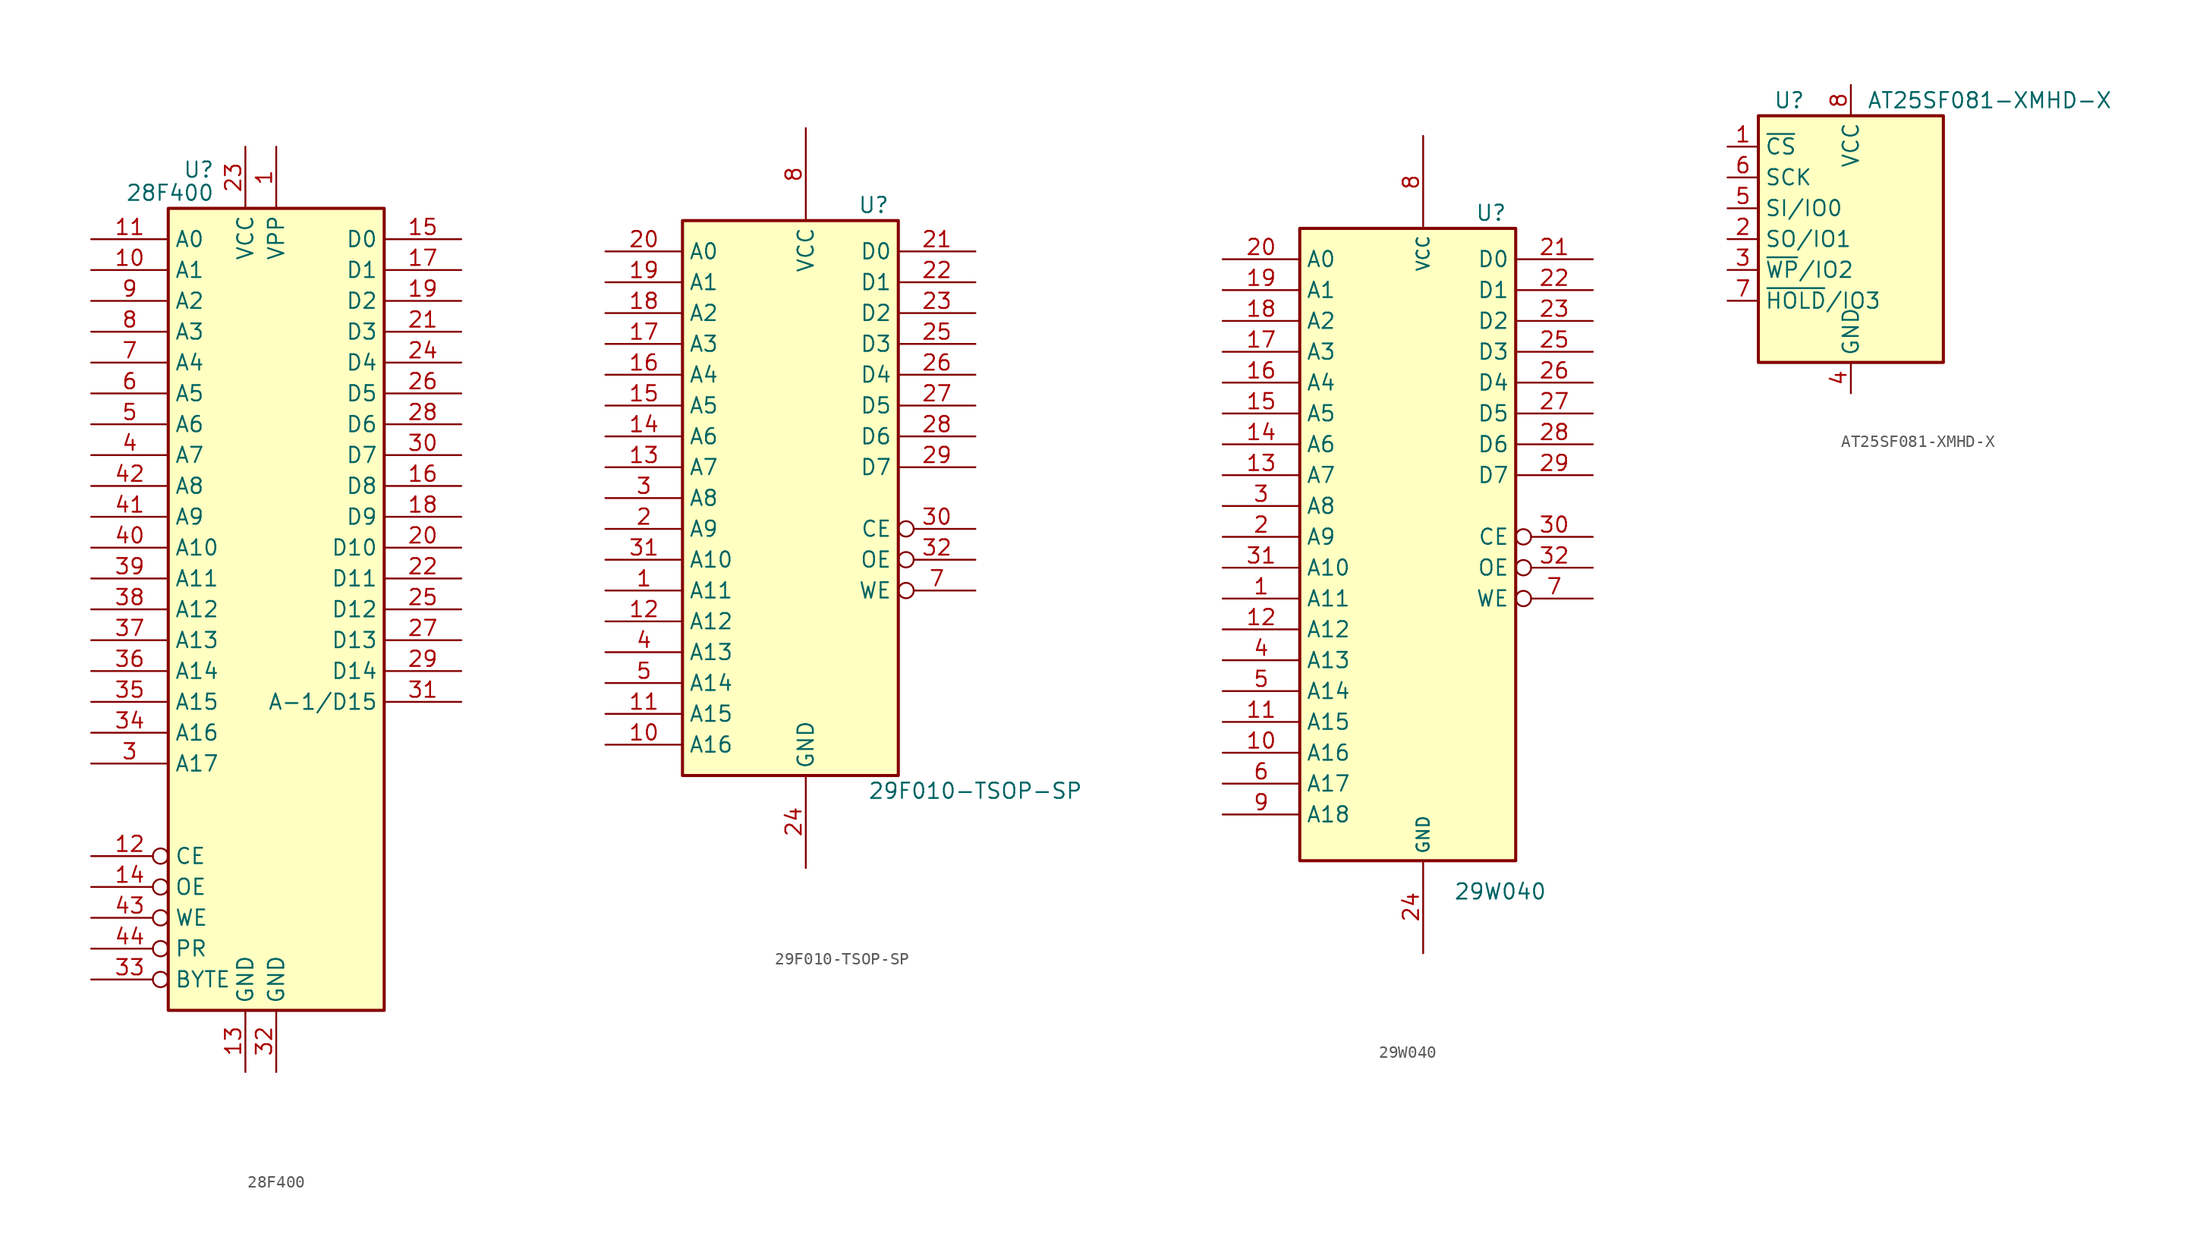
<source format=kicad_sym>
(kicad_symbol_lib
  (version 20241209)
  (generator "kicad_symbol_editor")
  (generator_version "9.0")
  (symbol "28F400"
    (property "Reference" "U"
      (at -5.08 36.195 0)
      (effects (font (size 1.27 1.27)) (justify right)))
    (property "Value" "28F400"
      (at -5.08 34.29 0)
      (effects (font (size 1.27 1.27)) (justify right)))
    (symbol "28F400_0_1"
      (rectangle (start -8.89 33.02) (end 8.89 -33.02) (stroke (width 0.254) (type default)) (fill (type background))))
    (symbol "28F400_1_1"
      (pin input line (at -15.24 30.48 0) (length 6.35) (name "A0" (effects (font (size 1.27 1.27)))) (number "11" (effects (font (size 1.27 1.27)))))
      (pin input line (at -15.24 27.94 0) (length 6.35) (name "A1" (effects (font (size 1.27 1.27)))) (number "10" (effects (font (size 1.27 1.27)))))
      (pin input line (at -15.24 25.4 0) (length 6.35) (name "A2" (effects (font (size 1.27 1.27)))) (number "9" (effects (font (size 1.27 1.27)))))
      (pin input line (at -15.24 22.86 0) (length 6.35) (name "A3" (effects (font (size 1.27 1.27)))) (number "8" (effects (font (size 1.27 1.27)))))
      (pin input line (at -15.24 20.32 0) (length 6.35) (name "A4" (effects (font (size 1.27 1.27)))) (number "7" (effects (font (size 1.27 1.27)))))
      (pin input line (at -15.24 17.78 0) (length 6.35) (name "A5" (effects (font (size 1.27 1.27)))) (number "6" (effects (font (size 1.27 1.27)))))
      (pin input line (at -15.24 15.24 0) (length 6.35) (name "A6" (effects (font (size 1.27 1.27)))) (number "5" (effects (font (size 1.27 1.27)))))
      (pin input line (at -15.24 12.7 0) (length 6.35) (name "A7" (effects (font (size 1.27 1.27)))) (number "4" (effects (font (size 1.27 1.27)))))
      (pin input line (at -15.24 10.16 0) (length 6.35) (name "A8" (effects (font (size 1.27 1.27)))) (number "42" (effects (font (size 1.27 1.27)))))
      (pin input line (at -15.24 7.62 0) (length 6.35) (name "A9" (effects (font (size 1.27 1.27)))) (number "41" (effects (font (size 1.27 1.27)))))
      (pin input line (at -15.24 5.08 0) (length 6.35) (name "A10" (effects (font (size 1.27 1.27)))) (number "40" (effects (font (size 1.27 1.27)))))
      (pin input line (at -15.24 2.54 0) (length 6.35) (name "A11" (effects (font (size 1.27 1.27)))) (number "39" (effects (font (size 1.27 1.27)))))
      (pin input line (at -15.24 0 0) (length 6.35) (name "A12" (effects (font (size 1.27 1.27)))) (number "38" (effects (font (size 1.27 1.27)))))
      (pin input line (at -15.24 -2.54 0) (length 6.35) (name "A13" (effects (font (size 1.27 1.27)))) (number "37" (effects (font (size 1.27 1.27)))))
      (pin input line (at -15.24 -5.08 0) (length 6.35) (name "A14" (effects (font (size 1.27 1.27)))) (number "36" (effects (font (size 1.27 1.27)))))
      (pin input line (at -15.24 -7.62 0) (length 6.35) (name "A15" (effects (font (size 1.27 1.27)))) (number "35" (effects (font (size 1.27 1.27)))))
      (pin input line (at -15.24 -10.16 0) (length 6.35) (name "A16" (effects (font (size 1.27 1.27)))) (number "34" (effects (font (size 1.27 1.27)))))
      (pin input line (at -15.24 -12.7 0) (length 6.35) (name "A17" (effects (font (size 1.27 1.27)))) (number "3" (effects (font (size 1.27 1.27)))))
      (pin input inverted (at -15.24 -20.32 0) (length 6.35) (name "CE" (effects (font (size 1.27 1.27)))) (number "12" (effects (font (size 1.27 1.27)))))
      (pin input inverted (at -15.24 -22.86 0) (length 6.35) (name "OE" (effects (font (size 1.27 1.27)))) (number "14" (effects (font (size 1.27 1.27)))))
      (pin input inverted (at -15.24 -25.4 0) (length 6.35) (name "WE" (effects (font (size 1.27 1.27)))) (number "43" (effects (font (size 1.27 1.27)))))
      (pin input inverted (at -15.24 -27.94 0) (length 6.35) (name "PR" (effects (font (size 1.27 1.27)))) (number "44" (effects (font (size 1.27 1.27)))))
      (pin input inverted (at -15.24 -30.48 0) (length 6.35) (name "BYTE" (effects (font (size 1.27 1.27)))) (number "33" (effects (font (size 1.27 1.27)))))
      (pin power_in line (at -2.54 38.1 270) (length 5.08) (name "VCC" (effects (font (size 1.27 1.27)))) (number "23" (effects (font (size 1.27 1.27)))))
      (pin power_in line (at -2.54 -38.1 90) (length 5.08) (name "GND" (effects (font (size 1.27 1.27)))) (number "13" (effects (font (size 1.27 1.27)))))
      (pin power_in line (at 0 38.1 270) (length 5.08) (name "VPP" (effects (font (size 1.27 1.27)))) (number "1" (effects (font (size 1.27 1.27)))))
      (pin power_in line (at 0 -38.1 90) (length 5.08) (name "GND" (effects (font (size 1.27 1.27)))) (number "32" (effects (font (size 1.27 1.27)))))
      (pin no_connect line (at 8.89 -30.48 180) (length 6.35) (hide yes) (name "DU" (effects (font (size 1.27 1.27)))) (number "2" (effects (font (size 1.27 1.27)))))
      (pin tri_state line (at 15.24 30.48 180) (length 6.35) (name "D0" (effects (font (size 1.27 1.27)))) (number "15" (effects (font (size 1.27 1.27)))))
      (pin tri_state line (at 15.24 27.94 180) (length 6.35) (name "D1" (effects (font (size 1.27 1.27)))) (number "17" (effects (font (size 1.27 1.27)))))
      (pin tri_state line (at 15.24 25.4 180) (length 6.35) (name "D2" (effects (font (size 1.27 1.27)))) (number "19" (effects (font (size 1.27 1.27)))))
      (pin tri_state line (at 15.24 22.86 180) (length 6.35) (name "D3" (effects (font (size 1.27 1.27)))) (number "21" (effects (font (size 1.27 1.27)))))
      (pin tri_state line (at 15.24 20.32 180) (length 6.35) (name "D4" (effects (font (size 1.27 1.27)))) (number "24" (effects (font (size 1.27 1.27)))))
      (pin tri_state line (at 15.24 17.78 180) (length 6.35) (name "D5" (effects (font (size 1.27 1.27)))) (number "26" (effects (font (size 1.27 1.27)))))
      (pin tri_state line (at 15.24 15.24 180) (length 6.35) (name "D6" (effects (font (size 1.27 1.27)))) (number "28" (effects (font (size 1.27 1.27)))))
      (pin tri_state line (at 15.24 12.7 180) (length 6.35) (name "D7" (effects (font (size 1.27 1.27)))) (number "30" (effects (font (size 1.27 1.27)))))
      (pin tri_state line (at 15.24 10.16 180) (length 6.35) (name "D8" (effects (font (size 1.27 1.27)))) (number "16" (effects (font (size 1.27 1.27)))))
      (pin tri_state line (at 15.24 7.62 180) (length 6.35) (name "D9" (effects (font (size 1.27 1.27)))) (number "18" (effects (font (size 1.27 1.27)))))
      (pin tri_state line (at 15.24 5.08 180) (length 6.35) (name "D10" (effects (font (size 1.27 1.27)))) (number "20" (effects (font (size 1.27 1.27)))))
      (pin tri_state line (at 15.24 2.54 180) (length 6.35) (name "D11" (effects (font (size 1.27 1.27)))) (number "22" (effects (font (size 1.27 1.27)))))
      (pin tri_state line (at 15.24 0 180) (length 6.35) (name "D12" (effects (font (size 1.27 1.27)))) (number "25" (effects (font (size 1.27 1.27)))))
      (pin tri_state line (at 15.24 -2.54 180) (length 6.35) (name "D13" (effects (font (size 1.27 1.27)))) (number "27" (effects (font (size 1.27 1.27)))))
      (pin tri_state line (at 15.24 -5.08 180) (length 6.35) (name "D14" (effects (font (size 1.27 1.27)))) (number "29" (effects (font (size 1.27 1.27)))))
      (pin tri_state line (at 15.24 -7.62 180) (length 6.35) (name "A-1/D15" (effects (font (size 1.27 1.27)))) (number "31" (effects (font (size 1.27 1.27)))))))
  (symbol "29F010-TSOP-SP"
    (property "Reference" "U"
      (at 6.858 24.13 0)
      (effects (font (size 1.27 1.27))))
    (property "Value" "29F010-TSOP-SP"
      (at 15.24 -24.13 0)
      (effects (font (size 1.27 1.27))))
    (symbol "29F010-TSOP-SP_0_1"
      (rectangle (start -8.89 -22.86) (end 8.89 22.86) (stroke (width 0.254) (type default)) (fill (type background))))
    (symbol "29F010-TSOP-SP_1_1"
      (pin input line (at -15.24 20.32 0) (length 6.35) (name "A0" (effects (font (size 1.27 1.27)))) (number "20" (effects (font (size 1.27 1.27)))))
      (pin input line (at -15.24 17.78 0) (length 6.35) (name "A1" (effects (font (size 1.27 1.27)))) (number "19" (effects (font (size 1.27 1.27)))))
      (pin input line (at -15.24 15.24 0) (length 6.35) (name "A2" (effects (font (size 1.27 1.27)))) (number "18" (effects (font (size 1.27 1.27)))))
      (pin input line (at -15.24 12.7 0) (length 6.35) (name "A3" (effects (font (size 1.27 1.27)))) (number "17" (effects (font (size 1.27 1.27)))))
      (pin input line (at -15.24 10.16 0) (length 6.35) (name "A4" (effects (font (size 1.27 1.27)))) (number "16" (effects (font (size 1.27 1.27)))))
      (pin input line (at -15.24 7.62 0) (length 6.35) (name "A5" (effects (font (size 1.27 1.27)))) (number "15" (effects (font (size 1.27 1.27)))))
      (pin input line (at -15.24 5.08 0) (length 6.35) (name "A6" (effects (font (size 1.27 1.27)))) (number "14" (effects (font (size 1.27 1.27)))))
      (pin input line (at -15.24 2.54 0) (length 6.35) (name "A7" (effects (font (size 1.27 1.27)))) (number "13" (effects (font (size 1.27 1.27)))))
      (pin input line (at -15.24 0 0) (length 6.35) (name "A8" (effects (font (size 1.27 1.27)))) (number "3" (effects (font (size 1.27 1.27)))))
      (pin input line (at -15.24 -2.54 0) (length 6.35) (name "A9" (effects (font (size 1.27 1.27)))) (number "2" (effects (font (size 1.27 1.27)))))
      (pin input line (at -15.24 -5.08 0) (length 6.35) (name "A10" (effects (font (size 1.27 1.27)))) (number "31" (effects (font (size 1.27 1.27)))))
      (pin input line (at -15.24 -7.62 0) (length 6.35) (name "A11" (effects (font (size 1.27 1.27)))) (number "1" (effects (font (size 1.27 1.27)))))
      (pin input line (at -15.24 -10.16 0) (length 6.35) (name "A12" (effects (font (size 1.27 1.27)))) (number "12" (effects (font (size 1.27 1.27)))))
      (pin input line (at -15.24 -12.7 0) (length 6.35) (name "A13" (effects (font (size 1.27 1.27)))) (number "4" (effects (font (size 1.27 1.27)))))
      (pin input line (at -15.24 -15.24 0) (length 6.35) (name "A14" (effects (font (size 1.27 1.27)))) (number "5" (effects (font (size 1.27 1.27)))))
      (pin input line (at -15.24 -17.78 0) (length 6.35) (name "A15" (effects (font (size 1.27 1.27)))) (number "11" (effects (font (size 1.27 1.27)))))
      (pin input line (at -15.24 -20.32 0) (length 6.35) (name "A16" (effects (font (size 1.27 1.27)))) (number "10" (effects (font (size 1.27 1.27)))))
      (pin input line (at 1.27 30.48 270) (length 7.62) (name "VCC" (effects (font (size 1.27 1.27)))) (number "8" (effects (font (size 1.27 1.27)))))
      (pin input line (at 1.27 -30.48 90) (length 7.62) (name "GND" (effects (font (size 1.27 1.27)))) (number "24" (effects (font (size 1.27 1.27)))))
      (pin tri_state line (at 15.24 20.32 180) (length 6.35) (name "D0" (effects (font (size 1.27 1.27)))) (number "21" (effects (font (size 1.27 1.27)))))
      (pin tri_state line (at 15.24 17.78 180) (length 6.35) (name "D1" (effects (font (size 1.27 1.27)))) (number "22" (effects (font (size 1.27 1.27)))))
      (pin tri_state line (at 15.24 15.24 180) (length 6.35) (name "D2" (effects (font (size 1.27 1.27)))) (number "23" (effects (font (size 1.27 1.27)))))
      (pin tri_state line (at 15.24 12.7 180) (length 6.35) (name "D3" (effects (font (size 1.27 1.27)))) (number "25" (effects (font (size 1.27 1.27)))))
      (pin tri_state line (at 15.24 10.16 180) (length 6.35) (name "D4" (effects (font (size 1.27 1.27)))) (number "26" (effects (font (size 1.27 1.27)))))
      (pin tri_state line (at 15.24 7.62 180) (length 6.35) (name "D5" (effects (font (size 1.27 1.27)))) (number "27" (effects (font (size 1.27 1.27)))))
      (pin tri_state line (at 15.24 5.08 180) (length 6.35) (name "D6" (effects (font (size 1.27 1.27)))) (number "28" (effects (font (size 1.27 1.27)))))
      (pin tri_state line (at 15.24 2.54 180) (length 6.35) (name "D7" (effects (font (size 1.27 1.27)))) (number "29" (effects (font (size 1.27 1.27)))))
      (pin input inverted (at 15.24 -2.54 180) (length 6.35) (name "CE" (effects (font (size 1.27 1.27)))) (number "30" (effects (font (size 1.27 1.27)))))
      (pin input inverted (at 15.24 -5.08 180) (length 6.35) (name "OE" (effects (font (size 1.27 1.27)))) (number "32" (effects (font (size 1.27 1.27)))))
      (pin input inverted (at 15.24 -7.62 180) (length 6.35) (name "WE" (effects (font (size 1.27 1.27)))) (number "7" (effects (font (size 1.27 1.27)))))))
  (symbol "29W040"
    (property "Reference" "U"
      (at 6.858 24.13 0)
      (effects (font (size 1.27 1.27))))
    (property "Value" "29W040"
      (at 7.62 -31.75 0)
      (effects (font (size 1.27 1.27))))
    (symbol "29W040_0_1"
      (rectangle (start -8.89 22.86) (end 8.89 -29.21) (stroke (width 0.254) (type default)) (fill (type background))))
    (symbol "29W040_1_1"
      (pin input line (at -15.24 20.32 0) (length 6.35) (name "A0" (effects (font (size 1.27 1.27)))) (number "20" (effects (font (size 1.27 1.27)))))
      (pin input line (at -15.24 17.78 0) (length 6.35) (name "A1" (effects (font (size 1.27 1.27)))) (number "19" (effects (font (size 1.27 1.27)))))
      (pin input line (at -15.24 15.24 0) (length 6.35) (name "A2" (effects (font (size 1.27 1.27)))) (number "18" (effects (font (size 1.27 1.27)))))
      (pin input line (at -15.24 12.7 0) (length 6.35) (name "A3" (effects (font (size 1.27 1.27)))) (number "17" (effects (font (size 1.27 1.27)))))
      (pin input line (at -15.24 10.16 0) (length 6.35) (name "A4" (effects (font (size 1.27 1.27)))) (number "16" (effects (font (size 1.27 1.27)))))
      (pin input line (at -15.24 7.62 0) (length 6.35) (name "A5" (effects (font (size 1.27 1.27)))) (number "15" (effects (font (size 1.27 1.27)))))
      (pin input line (at -15.24 5.08 0) (length 6.35) (name "A6" (effects (font (size 1.27 1.27)))) (number "14" (effects (font (size 1.27 1.27)))))
      (pin input line (at -15.24 2.54 0) (length 6.35) (name "A7" (effects (font (size 1.27 1.27)))) (number "13" (effects (font (size 1.27 1.27)))))
      (pin input line (at -15.24 0 0) (length 6.35) (name "A8" (effects (font (size 1.27 1.27)))) (number "3" (effects (font (size 1.27 1.27)))))
      (pin input line (at -15.24 -2.54 0) (length 6.35) (name "A9" (effects (font (size 1.27 1.27)))) (number "2" (effects (font (size 1.27 1.27)))))
      (pin input line (at -15.24 -5.08 0) (length 6.35) (name "A10" (effects (font (size 1.27 1.27)))) (number "31" (effects (font (size 1.27 1.27)))))
      (pin input line (at -15.24 -7.62 0) (length 6.35) (name "A11" (effects (font (size 1.27 1.27)))) (number "1" (effects (font (size 1.27 1.27)))))
      (pin input line (at -15.24 -10.16 0) (length 6.35) (name "A12" (effects (font (size 1.27 1.27)))) (number "12" (effects (font (size 1.27 1.27)))))
      (pin input line (at -15.24 -12.7 0) (length 6.35) (name "A13" (effects (font (size 1.27 1.27)))) (number "4" (effects (font (size 1.27 1.27)))))
      (pin input line (at -15.24 -15.24 0) (length 6.35) (name "A14" (effects (font (size 1.27 1.27)))) (number "5" (effects (font (size 1.27 1.27)))))
      (pin input line (at -15.24 -17.78 0) (length 6.35) (name "A15" (effects (font (size 1.27 1.27)))) (number "11" (effects (font (size 1.27 1.27)))))
      (pin input line (at -15.24 -20.32 0) (length 6.35) (name "A16" (effects (font (size 1.27 1.27)))) (number "10" (effects (font (size 1.27 1.27)))))
      (pin input line (at -15.24 -22.86 0) (length 6.35) (name "A17" (effects (font (size 1.27 1.27)))) (number "6" (effects (font (size 1.27 1.27)))))
      (pin input line (at -15.24 -25.4 0) (length 6.35) (name "A18" (effects (font (size 1.27 1.27)))) (number "9" (effects (font (size 1.27 1.27)))))
      (pin power_in line (at 1.27 30.48 270) (length 7.62) (name "VCC" (effects (font (size 1.016 1.016)))) (number "8" (effects (font (size 1.27 1.27)))))
      (pin power_in line (at 1.27 -36.83 90) (length 7.62) (name "GND" (effects (font (size 1.016 1.016)))) (number "24" (effects (font (size 1.27 1.27)))))
      (pin tri_state line (at 15.24 20.32 180) (length 6.35) (name "D0" (effects (font (size 1.27 1.27)))) (number "21" (effects (font (size 1.27 1.27)))))
      (pin tri_state line (at 15.24 17.78 180) (length 6.35) (name "D1" (effects (font (size 1.27 1.27)))) (number "22" (effects (font (size 1.27 1.27)))))
      (pin tri_state line (at 15.24 15.24 180) (length 6.35) (name "D2" (effects (font (size 1.27 1.27)))) (number "23" (effects (font (size 1.27 1.27)))))
      (pin tri_state line (at 15.24 12.7 180) (length 6.35) (name "D3" (effects (font (size 1.27 1.27)))) (number "25" (effects (font (size 1.27 1.27)))))
      (pin tri_state line (at 15.24 10.16 180) (length 6.35) (name "D4" (effects (font (size 1.27 1.27)))) (number "26" (effects (font (size 1.27 1.27)))))
      (pin tri_state line (at 15.24 7.62 180) (length 6.35) (name "D5" (effects (font (size 1.27 1.27)))) (number "27" (effects (font (size 1.27 1.27)))))
      (pin tri_state line (at 15.24 5.08 180) (length 6.35) (name "D6" (effects (font (size 1.27 1.27)))) (number "28" (effects (font (size 1.27 1.27)))))
      (pin tri_state line (at 15.24 2.54 180) (length 6.35) (name "D7" (effects (font (size 1.27 1.27)))) (number "29" (effects (font (size 1.27 1.27)))))
      (pin input inverted (at 15.24 -2.54 180) (length 6.35) (name "CE" (effects (font (size 1.27 1.27)))) (number "30" (effects (font (size 1.27 1.27)))))
      (pin input inverted (at 15.24 -5.08 180) (length 6.35) (name "OE" (effects (font (size 1.27 1.27)))) (number "32" (effects (font (size 1.27 1.27)))))
      (pin input inverted (at 15.24 -7.62 180) (length 6.35) (name "WE" (effects (font (size 1.27 1.27)))) (number "7" (effects (font (size 1.27 1.27)))))))
  (symbol "AT25SF081-XMHD-X"
    (property "Reference" "U"
      (at -5.08 11.43 0)
      (effects (font (size 1.27 1.27))))
    (property "Value" "AT25SF081-XMHD-X"
      (at 11.43 11.43 0)
      (effects (font (size 1.27 1.27))))
    (symbol "AT25SF081-XMHD-X_0_1"
      (rectangle (start -7.62 10.16) (end 7.62 -10.16) (stroke (width 0.254) (type default)) (fill (type background))))
    (symbol "AT25SF081-XMHD-X_1_1"
      (pin input line (at -10.16 7.62 0) (length 2.54) (name "~{CS}" (effects (font (size 1.27 1.27)))) (number "1" (effects (font (size 1.27 1.27)))))
      (pin input line (at -10.16 5.08 0) (length 2.54) (name "SCK" (effects (font (size 1.27 1.27)))) (number "6" (effects (font (size 1.27 1.27)))))
      (pin bidirectional line (at -10.16 2.54 0) (length 2.54) (name "SI/IO0" (effects (font (size 1.27 1.27)))) (number "5" (effects (font (size 1.27 1.27)))))
      (pin bidirectional line (at -10.16 0 0) (length 2.54) (name "SO/IO1" (effects (font (size 1.27 1.27)))) (number "2" (effects (font (size 1.27 1.27)))))
      (pin bidirectional line (at -10.16 -2.54 0) (length 2.54) (name "~{WP}/IO2" (effects (font (size 1.27 1.27)))) (number "3" (effects (font (size 1.27 1.27)))))
      (pin bidirectional line (at -10.16 -5.08 0) (length 2.54) (name "~{HOLD}/IO3" (effects (font (size 1.27 1.27)))) (number "7" (effects (font (size 1.27 1.27)))))
      (pin power_in line (at 0 12.7 270) (length 2.54) (name "VCC" (effects (font (size 1.27 1.27)))) (number "8" (effects (font (size 1.27 1.27)))))
      (pin power_in line (at 0 -12.7 90) (length 2.54) (name "GND" (effects (font (size 1.27 1.27)))) (number "4" (effects (font (size 1.27 1.27))))))))
</source>
